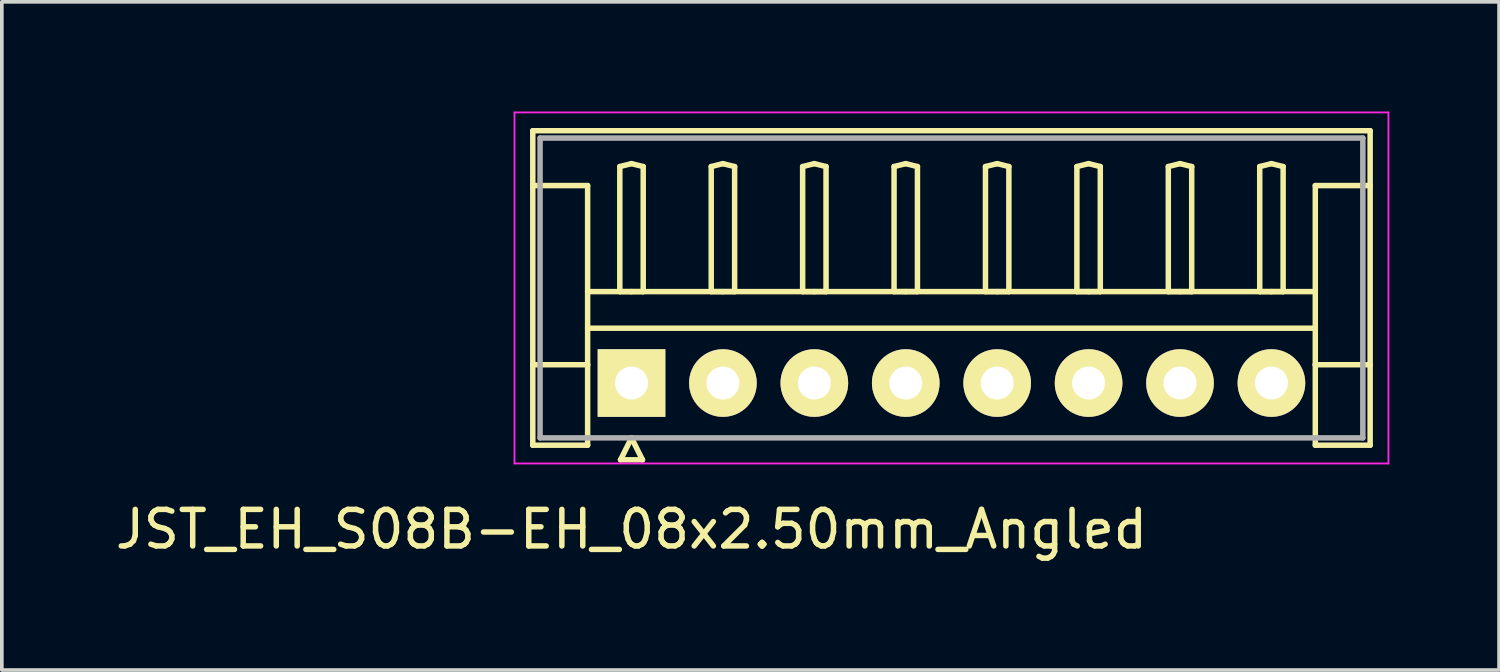
<source format=kicad_pcb>
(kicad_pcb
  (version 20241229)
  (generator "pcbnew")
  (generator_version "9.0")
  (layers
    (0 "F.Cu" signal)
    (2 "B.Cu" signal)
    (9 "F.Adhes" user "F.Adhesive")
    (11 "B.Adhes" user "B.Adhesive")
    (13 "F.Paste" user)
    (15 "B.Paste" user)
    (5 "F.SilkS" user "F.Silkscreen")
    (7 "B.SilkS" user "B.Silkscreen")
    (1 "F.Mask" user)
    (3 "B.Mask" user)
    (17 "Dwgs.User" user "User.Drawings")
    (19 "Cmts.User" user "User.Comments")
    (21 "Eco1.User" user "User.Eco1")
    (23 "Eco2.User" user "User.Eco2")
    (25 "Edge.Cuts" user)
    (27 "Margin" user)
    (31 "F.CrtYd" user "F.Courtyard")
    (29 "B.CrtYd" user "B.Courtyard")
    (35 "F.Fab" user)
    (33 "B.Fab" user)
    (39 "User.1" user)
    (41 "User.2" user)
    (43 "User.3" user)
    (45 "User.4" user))
  (footprint "JST_EH_S08B-EH_08x2.50mm_Angled"
    (layer "F.Cu")
    (at 14.22 7.425)
    (property "Reference" "JST_EH_S08B-EH_08x2.50mm_Angled" (at 0 4 0) (layer "F.SilkS") (effects (font (size 1 1) (thickness 0.15))))
    (attr through_hole)
    (fp_line (start -2.7 -6.9) (end 20.2 -6.9) (stroke (width 0.15) (type solid)) (layer "F.SilkS"))
    (fp_line (start -2.7 -5.4) (end -1.2 -5.4) (stroke (width 0.15) (type solid)) (layer "F.SilkS"))
    (fp_line (start -2.7 1.7) (end -2.7 -6.9) (stroke (width 0.15) (type solid)) (layer "F.SilkS"))
    (fp_line (start -1.2 -5.4) (end -1.2 -0.5) (stroke (width 0.15) (type solid)) (layer "F.SilkS"))
    (fp_line (start -1.2 -2.5) (end 18.7 -2.5) (stroke (width 0.15) (type solid)) (layer "F.SilkS"))
    (fp_line (start -1.2 -1.5) (end 18.7 -1.5) (stroke (width 0.15) (type solid)) (layer "F.SilkS"))
    (fp_line (start -1.2 -0.5) (end -2.7 -0.5) (stroke (width 0.15) (type solid)) (layer "F.SilkS"))
    (fp_line (start -1.2 -0.5) (end -1.2 1.7) (stroke (width 0.15) (type solid)) (layer "F.SilkS"))
    (fp_line (start -1.2 1.7) (end -2.7 1.7) (stroke (width 0.15) (type solid)) (layer "F.SilkS"))
    (fp_line (start -0.32 -5.92) (end 0 -6) (stroke (width 0.15) (type solid)) (layer "F.SilkS"))
    (fp_line (start -0.32 -2.5) (end -0.32 -5.92) (stroke (width 0.15) (type solid)) (layer "F.SilkS"))
    (fp_line (start -0.3 2.1) (end 0.3 2.1) (stroke (width 0.15) (type solid)) (layer "F.SilkS"))
    (fp_line (start 0 -6) (end 0.32 -5.92) (stroke (width 0.15) (type solid)) (layer "F.SilkS"))
    (fp_line (start 0 -2.5) (end -0.32 -2.5) (stroke (width 0.15) (type solid)) (layer "F.SilkS"))
    (fp_line (start 0 1.5) (end -0.3 2.1) (stroke (width 0.15) (type solid)) (layer "F.SilkS"))
    (fp_line (start 0.3 2.1) (end 0 1.5) (stroke (width 0.15) (type solid)) (layer "F.SilkS"))
    (fp_line (start 0.32 -5.92) (end 0.32 -2.5) (stroke (width 0.15) (type solid)) (layer "F.SilkS"))
    (fp_line (start 0.32 -2.5) (end 0 -2.5) (stroke (width 0.15) (type solid)) (layer "F.SilkS"))
    (fp_line (start 2.18 -5.92) (end 2.5 -6) (stroke (width 0.15) (type solid)) (layer "F.SilkS"))
    (fp_line (start 2.18 -2.5) (end 2.18 -5.92) (stroke (width 0.15) (type solid)) (layer "F.SilkS"))
    (fp_line (start 2.5 -6) (end 2.82 -5.92) (stroke (width 0.15) (type solid)) (layer "F.SilkS"))
    (fp_line (start 2.5 -2.5) (end 2.18 -2.5) (stroke (width 0.15) (type solid)) (layer "F.SilkS"))
    (fp_line (start 2.82 -5.92) (end 2.82 -2.5) (stroke (width 0.15) (type solid)) (layer "F.SilkS"))
    (fp_line (start 2.82 -2.5) (end 2.5 -2.5) (stroke (width 0.15) (type solid)) (layer "F.SilkS"))
    (fp_line (start 4.68 -5.92) (end 5 -6) (stroke (width 0.15) (type solid)) (layer "F.SilkS"))
    (fp_line (start 4.68 -2.5) (end 4.68 -5.92) (stroke (width 0.15) (type solid)) (layer "F.SilkS"))
    (fp_line (start 5 -6) (end 5.32 -5.92) (stroke (width 0.15) (type solid)) (layer "F.SilkS"))
    (fp_line (start 5 -2.5) (end 4.68 -2.5) (stroke (width 0.15) (type solid)) (layer "F.SilkS"))
    (fp_line (start 5.32 -5.92) (end 5.32 -2.5) (stroke (width 0.15) (type solid)) (layer "F.SilkS"))
    (fp_line (start 5.32 -2.5) (end 5 -2.5) (stroke (width 0.15) (type solid)) (layer "F.SilkS"))
    (fp_line (start 7.18 -5.92) (end 7.5 -6) (stroke (width 0.15) (type solid)) (layer "F.SilkS"))
    (fp_line (start 7.18 -2.5) (end 7.18 -5.92) (stroke (width 0.15) (type solid)) (layer "F.SilkS"))
    (fp_line (start 7.5 -6) (end 7.82 -5.92) (stroke (width 0.15) (type solid)) (layer "F.SilkS"))
    (fp_line (start 7.5 -2.5) (end 7.18 -2.5) (stroke (width 0.15) (type solid)) (layer "F.SilkS"))
    (fp_line (start 7.82 -5.92) (end 7.82 -2.5) (stroke (width 0.15) (type solid)) (layer "F.SilkS"))
    (fp_line (start 7.82 -2.5) (end 7.5 -2.5) (stroke (width 0.15) (type solid)) (layer "F.SilkS"))
    (fp_line (start 9.68 -5.92) (end 10 -6) (stroke (width 0.15) (type solid)) (layer "F.SilkS"))
    (fp_line (start 9.68 -2.5) (end 9.68 -5.92) (stroke (width 0.15) (type solid)) (layer "F.SilkS"))
    (fp_line (start 10 -6) (end 10.32 -5.92) (stroke (width 0.15) (type solid)) (layer "F.SilkS"))
    (fp_line (start 10 -2.5) (end 9.68 -2.5) (stroke (width 0.15) (type solid)) (layer "F.SilkS"))
    (fp_line (start 10.32 -5.92) (end 10.32 -2.5) (stroke (width 0.15) (type solid)) (layer "F.SilkS"))
    (fp_line (start 10.32 -2.5) (end 10 -2.5) (stroke (width 0.15) (type solid)) (layer "F.SilkS"))
    (fp_line (start 12.18 -5.92) (end 12.5 -6) (stroke (width 0.15) (type solid)) (layer "F.SilkS"))
    (fp_line (start 12.18 -2.5) (end 12.18 -5.92) (stroke (width 0.15) (type solid)) (layer "F.SilkS"))
    (fp_line (start 12.5 -6) (end 12.82 -5.92) (stroke (width 0.15) (type solid)) (layer "F.SilkS"))
    (fp_line (start 12.5 -2.5) (end 12.18 -2.5) (stroke (width 0.15) (type solid)) (layer "F.SilkS"))
    (fp_line (start 12.82 -5.92) (end 12.82 -2.5) (stroke (width 0.15) (type solid)) (layer "F.SilkS"))
    (fp_line (start 12.82 -2.5) (end 12.5 -2.5) (stroke (width 0.15) (type solid)) (layer "F.SilkS"))
    (fp_line (start 14.68 -5.92) (end 15 -6) (stroke (width 0.15) (type solid)) (layer "F.SilkS"))
    (fp_line (start 14.68 -2.5) (end 14.68 -5.92) (stroke (width 0.15) (type solid)) (layer "F.SilkS"))
    (fp_line (start 15 -6) (end 15.32 -5.92) (stroke (width 0.15) (type solid)) (layer "F.SilkS"))
    (fp_line (start 15 -2.5) (end 14.68 -2.5) (stroke (width 0.15) (type solid)) (layer "F.SilkS"))
    (fp_line (start 15.32 -5.92) (end 15.32 -2.5) (stroke (width 0.15) (type solid)) (layer "F.SilkS"))
    (fp_line (start 15.32 -2.5) (end 15 -2.5) (stroke (width 0.15) (type solid)) (layer "F.SilkS"))
    (fp_line (start 17.18 -5.92) (end 17.5 -6) (stroke (width 0.15) (type solid)) (layer "F.SilkS"))
    (fp_line (start 17.18 -2.5) (end 17.18 -5.92) (stroke (width 0.15) (type solid)) (layer "F.SilkS"))
    (fp_line (start 17.5 -6) (end 17.82 -5.92) (stroke (width 0.15) (type solid)) (layer "F.SilkS"))
    (fp_line (start 17.5 -2.5) (end 17.18 -2.5) (stroke (width 0.15) (type solid)) (layer "F.SilkS"))
    (fp_line (start 17.82 -5.92) (end 17.82 -2.5) (stroke (width 0.15) (type solid)) (layer "F.SilkS"))
    (fp_line (start 17.82 -2.5) (end 17.5 -2.5) (stroke (width 0.15) (type solid)) (layer "F.SilkS"))
    (fp_line (start 18.7 -5.4) (end 18.7 -0.5) (stroke (width 0.15) (type solid)) (layer "F.SilkS"))
    (fp_line (start 18.7 -0.5) (end 20.2 -0.5) (stroke (width 0.15) (type solid)) (layer "F.SilkS"))
    (fp_line (start 18.7 1.7) (end 18.7 -0.5) (stroke (width 0.15) (type solid)) (layer "F.SilkS"))
    (fp_line (start 20.2 -6.9) (end 20.2 1.7) (stroke (width 0.15) (type solid)) (layer "F.SilkS"))
    (fp_line (start 20.2 -5.4) (end 18.7 -5.4) (stroke (width 0.15) (type solid)) (layer "F.SilkS"))
    (fp_line (start 20.2 1.7) (end 18.7 1.7) (stroke (width 0.15) (type solid)) (layer "F.SilkS"))
    (fp_line (start -3.2 -7.4) (end -3.2 2.2) (stroke (width 0.05) (type solid)) (layer "F.CrtYd"))
    (fp_line (start -3.2 2.2) (end 20.7 2.2) (stroke (width 0.05) (type solid)) (layer "F.CrtYd"))
    (fp_line (start 20.7 -7.4) (end -3.2 -7.4) (stroke (width 0.05) (type solid)) (layer "F.CrtYd"))
    (fp_line (start 20.7 2.2) (end 20.7 -7.4) (stroke (width 0.05) (type solid)) (layer "F.CrtYd"))
    (fp_line (start -2.5 -6.7) (end -2.5 1.5) (stroke (width 0.15) (type solid)) (layer "F.Fab"))
    (fp_line (start -2.5 1.5) (end 20 1.5) (stroke (width 0.15) (type solid)) (layer "F.Fab"))
    (fp_line (start 20 -6.7) (end -2.5 -6.7) (stroke (width 0.15) (type solid)) (layer "F.Fab"))
    (fp_line (start 20 1.5) (end 20 -6.7) (stroke (width 0.15) (type solid)) (layer "F.Fab"))
    (pad "1" thru_hole rect (at 0 0) (size 1.85 1.85) (drill 0.9) (layers "*.Cu" "*.Mask" "F.SilkS"))
    (pad "2" thru_hole circle (at 2.5 0) (size 1.85 1.85) (drill 0.9) (layers "*.Cu" "*.Mask" "F.SilkS"))
    (pad "3" thru_hole circle (at 5 0) (size 1.85 1.85) (drill 0.9) (layers "*.Cu" "*.Mask" "F.SilkS"))
    (pad "4" thru_hole circle (at 7.5 0) (size 1.85 1.85) (drill 0.9) (layers "*.Cu" "*.Mask" "F.SilkS"))
    (pad "5" thru_hole circle (at 10 0) (size 1.85 1.85) (drill 0.9) (layers "*.Cu" "*.Mask" "F.SilkS"))
    (pad "6" thru_hole circle (at 12.5 0) (size 1.85 1.85) (drill 0.9) (layers "*.Cu" "*.Mask" "F.SilkS"))
    (pad "7" thru_hole circle (at 15 0) (size 1.85 1.85) (drill 0.9) (layers "*.Cu" "*.Mask" "F.SilkS"))
    (pad "8" thru_hole circle (at 17.5 0) (size 1.85 1.85) (drill 0.9) (layers "*.Cu" "*.Mask" "F.SilkS")))
  (gr_rect
    (start -3 -3)
    (end 37.945 15.273)
    (stroke (width 0.1) (type default))
    (fill no)
    (layer "Edge.Cuts")))
</source>
